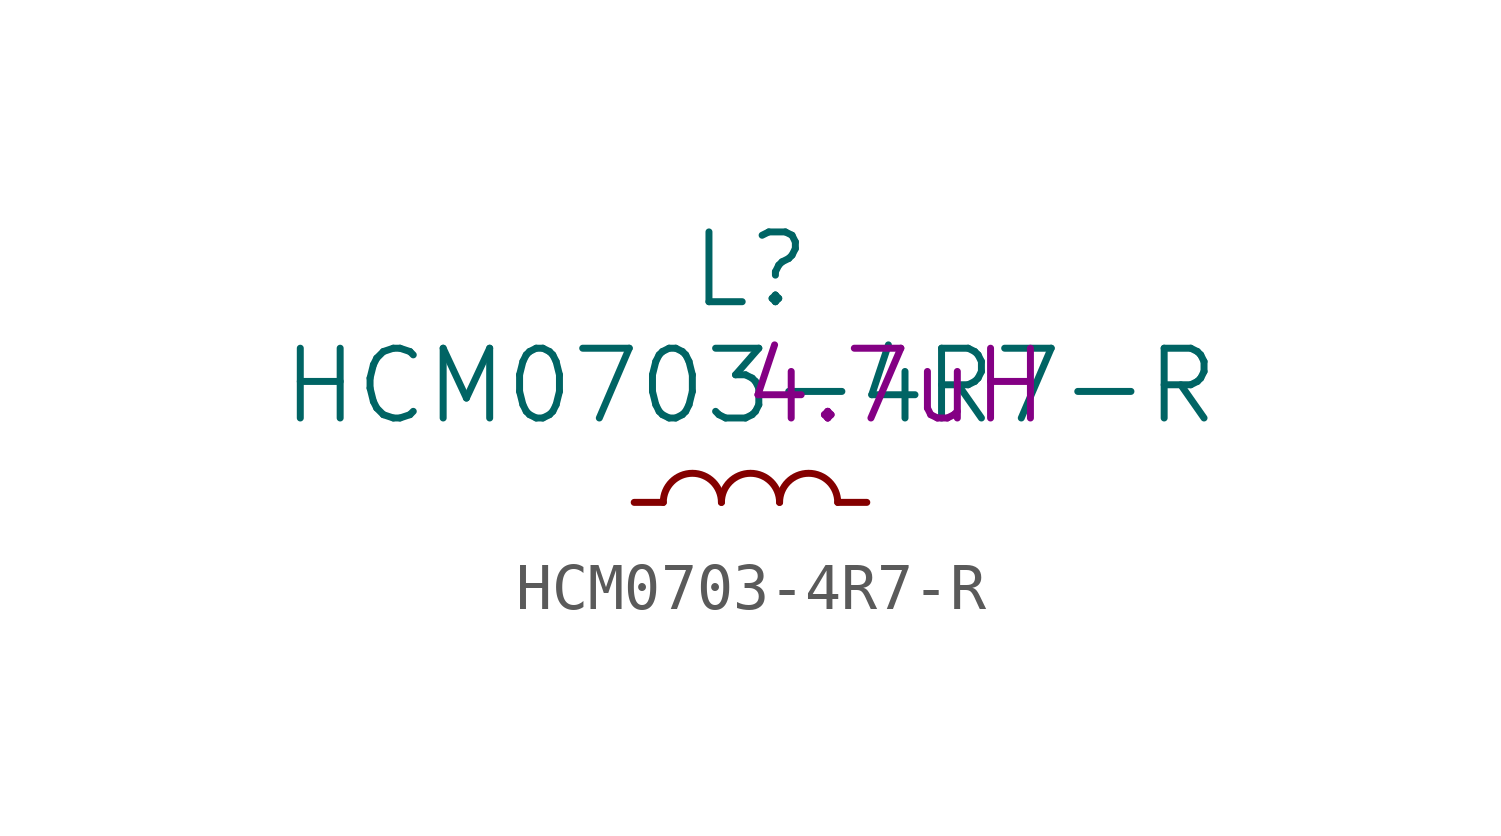
<source format=kicad_sym>
(kicad_symbol_lib
  (version 20220914)
  (generator kicad_symbol_editor)
  (symbol "HCM0703-4R7-R"
    (pin_numbers hide)
    (pin_names
      (offset 1.016) hide)
    (property "Reference" "L"
      (at 0 5.08 0)
      (effects (font (size 1.524 1.524))))
    (property "Value" "HCM0703-4R7-R"
      (at 0 2.54 0)
      (effects (font (size 1.524 1.524))))
    (property "Value2" "4.7uH"
      (at 3.175 2.54 0)
      (effects (font (size 1.524 1.524))))
    (symbol "HCM0703-4R7-R_0_1"
      (arc (start -0.635 0) (mid -1.27 0.6323) (end -1.905 0) (stroke (width 0) (type solid)) (fill (type none)))
      (arc (start 0.635 0) (mid 0 0.6323) (end -0.635 0) (stroke (width 0) (type solid)) (fill (type none)))
      (arc (start 1.905 0) (mid 1.27 0.6323) (end 0.635 0) (stroke (width 0) (type solid)) (fill (type none))))
    (symbol "HCM0703-4R7-R_1_1"
      (pin passive line (at -2.54 0 0) (length 0.635) (name "1" (effects (font (size 1.27 1.27)))) (number "1" (effects (font (size 1.27 1.27)))))
      (pin passive line (at 2.54 0 180) (length 0.635) (name "2" (effects (font (size 1.27 1.27)))) (number "2" (effects (font (size 1.27 1.27))))))))
</source>
